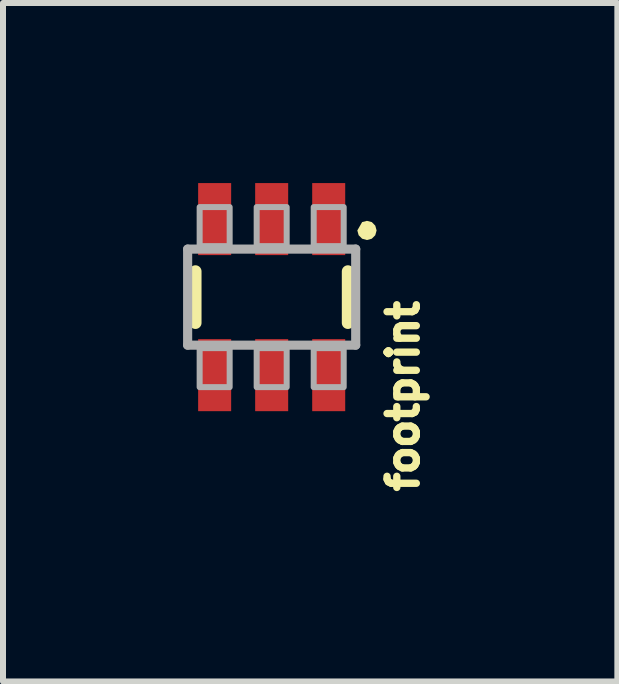
<source format=kicad_pcb>
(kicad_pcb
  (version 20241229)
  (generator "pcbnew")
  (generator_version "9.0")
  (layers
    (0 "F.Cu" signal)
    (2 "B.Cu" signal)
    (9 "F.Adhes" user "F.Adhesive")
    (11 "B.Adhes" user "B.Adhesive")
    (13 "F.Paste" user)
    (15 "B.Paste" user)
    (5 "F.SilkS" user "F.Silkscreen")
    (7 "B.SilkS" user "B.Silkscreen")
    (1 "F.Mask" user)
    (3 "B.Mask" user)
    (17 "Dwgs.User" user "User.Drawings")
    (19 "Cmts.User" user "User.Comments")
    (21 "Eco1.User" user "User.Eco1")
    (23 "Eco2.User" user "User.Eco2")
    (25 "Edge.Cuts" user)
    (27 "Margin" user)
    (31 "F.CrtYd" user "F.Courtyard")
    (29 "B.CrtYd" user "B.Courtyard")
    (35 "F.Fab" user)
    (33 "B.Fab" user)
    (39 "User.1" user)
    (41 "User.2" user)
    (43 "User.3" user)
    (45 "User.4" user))
  (footprint "footprint"
    (layer "F.Cu")
    (at 1.476 1.9)
    (property "Reference" "footprint" (at 1.905 0 90) (layer "F.SilkS") (effects (font (size 0.488 0.488) (thickness 0.122)) (justify right top)))
    (fp_line (start -1.27 0.429) (end -1.27 -0.429) (stroke (width 0.203) (type solid)) (layer "F.SilkS"))
    (fp_line (start 1.27 -0.429) (end 1.27 0.429) (stroke (width 0.203) (type solid)) (layer "F.SilkS"))
    (fp_poly (pts (xy 1.668 -1.25) (xy 1.726 -1.191) (xy 1.748 -1.111) (xy 1.726 -1.031) (xy 1.668 -0.973) (xy 1.587 -0.951) (xy 1.507 -0.973) (xy 1.449 -1.031) (xy 1.427 -1.111) (xy 1.507 -1.25) (xy 1.587 -1.271)) (stroke (width 0) (type solid)) (fill yes) (layer "F.SilkS"))
    (fp_line (start -1.4 -0.8) (end -1.4 0.8) (stroke (width 0.152) (type solid)) (layer "F.Fab"))
    (fp_line (start -1.4 -0.8) (end 1.4 -0.8) (stroke (width 0.152) (type solid)) (layer "F.Fab"))
    (fp_line (start 1.4 -0.8) (end 1.4 0.8) (stroke (width 0.152) (type solid)) (layer "F.Fab"))
    (fp_line (start 1.4 0.8) (end -1.4 0.8) (stroke (width 0.152) (type solid)) (layer "F.Fab"))
    (fp_poly (pts (xy -1.2 -0.85) (xy -0.7 -0.85) (xy -0.7 -1.5) (xy -1.2 -1.5)) (stroke (width 0.1) (type solid)) (fill no) (layer "F.Fab"))
    (fp_poly (pts (xy -1.2 1.5) (xy -0.7 1.5) (xy -0.7 0.85) (xy -1.2 0.85)) (stroke (width 0.1) (type solid)) (fill no) (layer "F.Fab"))
    (fp_poly (pts (xy -0.25 1.5) (xy 0.25 1.5) (xy 0.25 0.85) (xy -0.25 0.85)) (stroke (width 0.1) (type solid)) (fill no) (layer "F.Fab"))
    (fp_poly (pts (xy 0.25 -1.5) (xy -0.25 -1.5) (xy -0.25 -0.85) (xy 0.25 -0.85)) (stroke (width 0.1) (type solid)) (fill no) (layer "F.Fab"))
    (fp_poly (pts (xy 0.7 -0.85) (xy 1.2 -0.85) (xy 1.2 -1.5) (xy 0.7 -1.5)) (stroke (width 0.1) (type solid)) (fill no) (layer "F.Fab"))
    (fp_poly (pts (xy 0.7 1.5) (xy 1.2 1.5) (xy 1.2 0.85) (xy 0.7 0.85)) (stroke (width 0.1) (type solid)) (fill no) (layer "F.Fab"))
    (pad "1" smd rect (at 0.95 -1.3) (size 0.55 1.2) (layers "F.Cu" "F.Mask" "F.Paste"))
    (pad "2" smd rect (at 0 -1.3 180) (size 0.55 1.2) (layers "F.Cu" "F.Mask" "F.Paste"))
    (pad "3" smd rect (at -0.95 -1.3) (size 0.55 1.2) (layers "F.Cu" "F.Mask" "F.Paste"))
    (pad "4" smd rect (at -0.95 1.3) (size 0.55 1.2) (layers "F.Cu" "F.Mask" "F.Paste"))
    (pad "5" smd rect (at 0 1.3) (size 0.55 1.2) (layers "F.Cu" "F.Mask" "F.Paste"))
    (pad "6" smd rect (at 0.95 1.3) (size 0.55 1.2) (layers "F.Cu" "F.Mask" "F.Paste")))
  (gr_rect
    (start -3 -3)
    (end 7.235 8.303)
    (stroke (width 0.1) (type default))
    (fill no)
    (layer "Edge.Cuts")))
</source>
